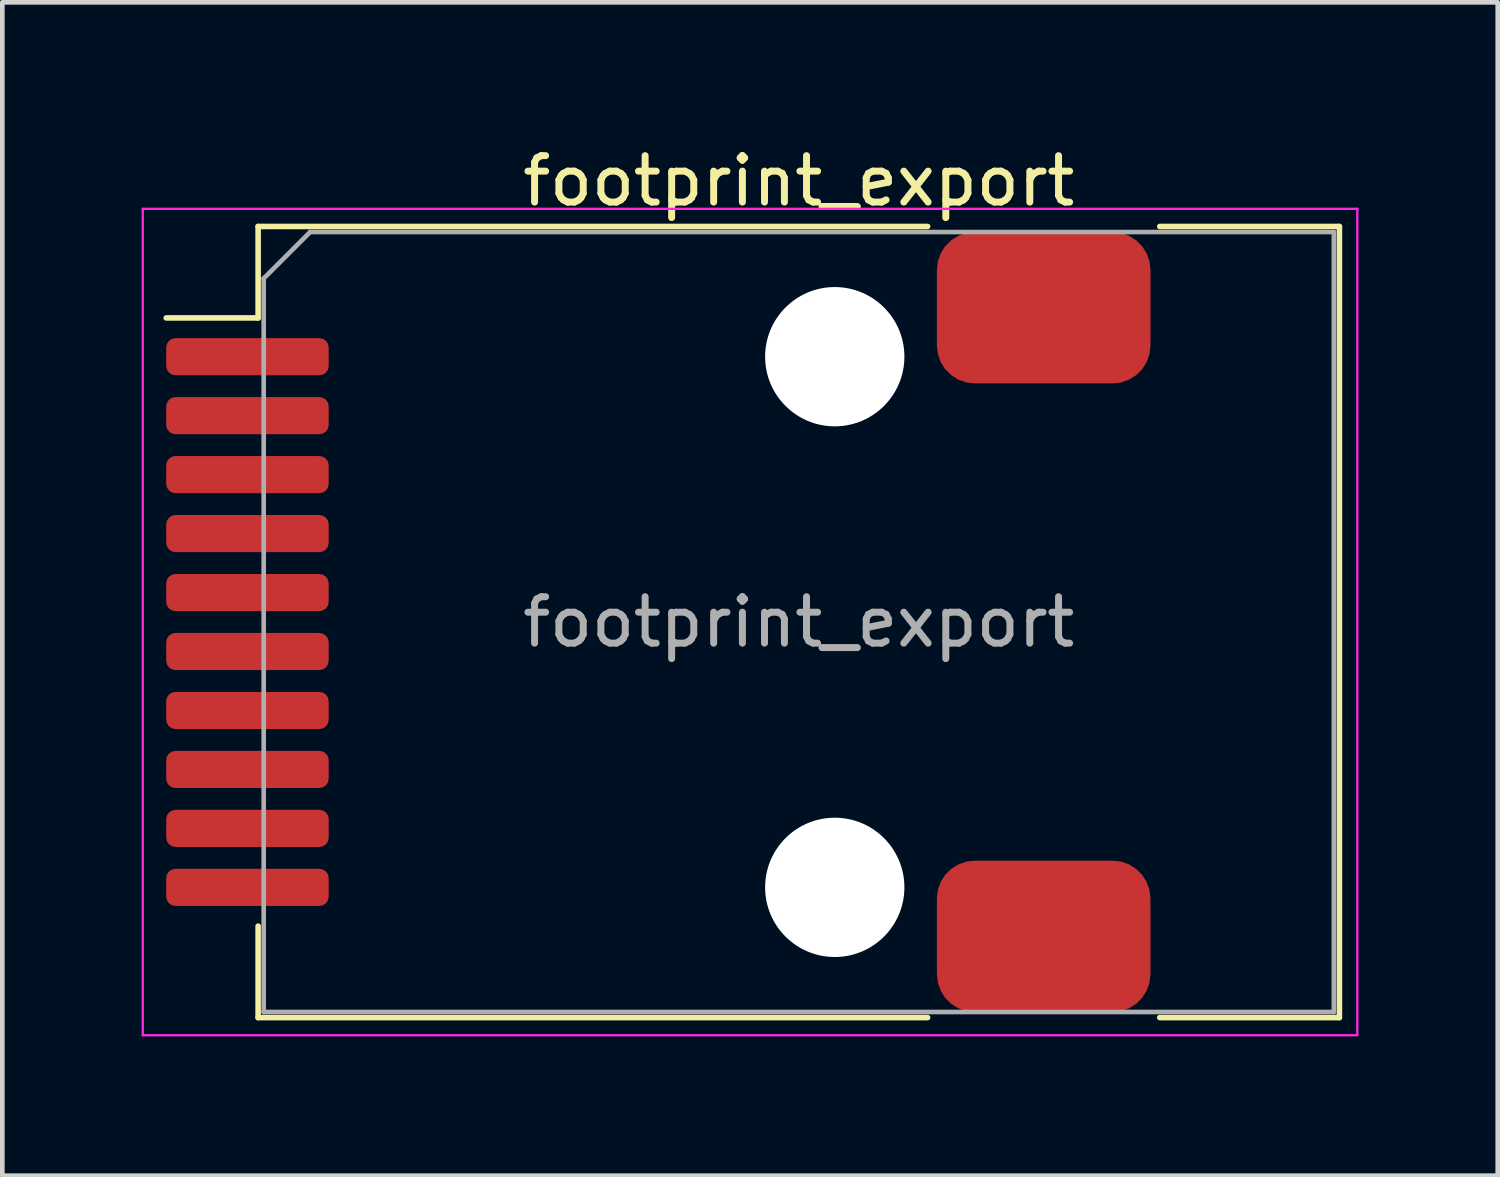
<source format=kicad_pcb>
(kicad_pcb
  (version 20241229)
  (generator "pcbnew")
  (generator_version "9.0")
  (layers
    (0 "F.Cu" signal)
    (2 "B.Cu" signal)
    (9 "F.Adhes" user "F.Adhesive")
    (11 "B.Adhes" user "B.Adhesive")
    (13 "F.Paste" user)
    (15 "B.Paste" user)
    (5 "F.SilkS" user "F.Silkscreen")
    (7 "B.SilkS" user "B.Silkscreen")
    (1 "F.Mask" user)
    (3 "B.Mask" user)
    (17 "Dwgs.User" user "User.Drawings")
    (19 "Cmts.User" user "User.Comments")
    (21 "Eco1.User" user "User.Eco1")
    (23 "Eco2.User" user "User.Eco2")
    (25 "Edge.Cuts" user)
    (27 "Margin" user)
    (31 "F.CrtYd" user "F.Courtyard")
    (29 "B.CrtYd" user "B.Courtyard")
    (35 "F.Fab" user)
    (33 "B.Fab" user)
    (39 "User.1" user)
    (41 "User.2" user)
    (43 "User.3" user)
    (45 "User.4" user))
  (footprint "footprint_export"
    (layer "F.Cu")
    (at 14.155 10.348)
    (property "Reference" "footprint_export" (at 0 -9.5 0) (layer "F.SilkS") (effects (font (size 1 1) (thickness 0.15))))
    (attr smd)
    (fp_line (start -11.645 -8.52) (end 2.775 -8.52) (stroke (width 0.12) (type solid)) (layer "F.SilkS"))
    (fp_line (start -11.645 -6.55) (end -13.625 -6.55) (stroke (width 0.12) (type solid)) (layer "F.SilkS"))
    (fp_line (start -11.645 -6.55) (end -11.645 -8.52) (stroke (width 0.12) (type solid)) (layer "F.SilkS"))
    (fp_line (start -11.645 6.55) (end -11.645 8.52) (stroke (width 0.12) (type solid)) (layer "F.SilkS"))
    (fp_line (start -11.645 8.52) (end 2.775 8.52) (stroke (width 0.12) (type solid)) (layer "F.SilkS"))
    (fp_line (start 7.775 -8.52) (end 11.645 -8.52) (stroke (width 0.12) (type solid)) (layer "F.SilkS"))
    (fp_line (start 7.775 8.52) (end 11.645 8.52) (stroke (width 0.12) (type solid)) (layer "F.SilkS"))
    (fp_line (start 11.645 -8.52) (end 11.645 8.52) (stroke (width 0.12) (type solid)) (layer "F.SilkS"))
    (fp_line (start -14.13 -8.9) (end -14.13 8.9) (stroke (width 0.05) (type solid)) (layer "F.CrtYd"))
    (fp_line (start 12.03 -8.9) (end -14.13 -8.9) (stroke (width 0.05) (type solid)) (layer "F.CrtYd"))
    (fp_line (start 12.03 -8.9) (end 12.03 8.9) (stroke (width 0.05) (type solid)) (layer "F.CrtYd"))
    (fp_line (start 12.03 8.9) (end -14.13 8.9) (stroke (width 0.05) (type solid)) (layer "F.CrtYd"))
    (fp_line (start -11.525 -7.4) (end -11.525 8.4) (stroke (width 0.1) (type solid)) (layer "F.Fab"))
    (fp_line (start -11.525 -7.4) (end -10.525 -8.4) (stroke (width 0.1) (type solid)) (layer "F.Fab"))
    (fp_line (start 11.525 -8.4) (end -10.525 -8.4) (stroke (width 0.1) (type solid)) (layer "F.Fab"))
    (fp_line (start 11.525 8.4) (end -11.525 8.4) (stroke (width 0.1) (type solid)) (layer "F.Fab"))
    (fp_line (start 11.525 8.4) (end 11.525 -8.4) (stroke (width 0.1) (type solid)) (layer "F.Fab"))
    (fp_text user "${REFERENCE}" (at 0 0 0) (layer "F.Fab") (effects (font (size 1 1) (thickness 0.15))))
    (pad "" np_thru_hole circle (at 0.775 -5.715) (size 3 3) (drill 3) (layers "*.Cu" "*.Mask"))
    (pad "" np_thru_hole circle (at 0.775 5.715) (size 3 3) (drill 3) (layers "*.Cu" "*.Mask"))
    (pad "1" smd roundrect (at -11.875 -5.715) (size 3.5 0.8) (layers "F.Cu" "F.Mask" "F.Paste") (roundrect_rratio 0.25))
    (pad "2" smd roundrect (at -11.875 -4.445) (size 3.5 0.8) (layers "F.Cu" "F.Mask" "F.Paste") (roundrect_rratio 0.25))
    (pad "3" smd roundrect (at -11.875 -3.175) (size 3.5 0.8) (layers "F.Cu" "F.Mask" "F.Paste") (roundrect_rratio 0.25))
    (pad "4" smd roundrect (at -11.875 -1.905) (size 3.5 0.8) (layers "F.Cu" "F.Mask" "F.Paste") (roundrect_rratio 0.25))
    (pad "5" smd roundrect (at -11.875 -0.635) (size 3.5 0.8) (layers "F.Cu" "F.Mask" "F.Paste") (roundrect_rratio 0.25))
    (pad "6" smd roundrect (at -11.875 0.635) (size 3.5 0.8) (layers "F.Cu" "F.Mask" "F.Paste") (roundrect_rratio 0.25))
    (pad "7" smd roundrect (at -11.875 1.905) (size 3.5 0.8) (layers "F.Cu" "F.Mask" "F.Paste") (roundrect_rratio 0.25))
    (pad "8" smd roundrect (at -11.875 3.175) (size 3.5 0.8) (layers "F.Cu" "F.Mask" "F.Paste") (roundrect_rratio 0.25))
    (pad "9" smd roundrect (at -11.875 4.445) (size 3.5 0.8) (layers "F.Cu" "F.Mask" "F.Paste") (roundrect_rratio 0.25))
    (pad "10" smd roundrect (at -11.875 5.715) (size 3.5 0.8) (layers "F.Cu" "F.Mask" "F.Paste") (roundrect_rratio 0.25))
    (pad "SH" smd roundrect (at 5.275 -6.77) (size 4.6 3.26) (layers "F.Cu" "F.Mask" "F.Paste") (roundrect_rratio 0.25))
    (pad "SH" smd roundrect (at 5.275 6.77) (size 4.6 3.26) (layers "F.Cu" "F.Mask" "F.Paste") (roundrect_rratio 0.25)))
  (gr_rect
    (start -3 -3)
    (end 29.21 22.273)
    (stroke (width 0.1) (type default))
    (fill no)
    (layer "Edge.Cuts")))
</source>
